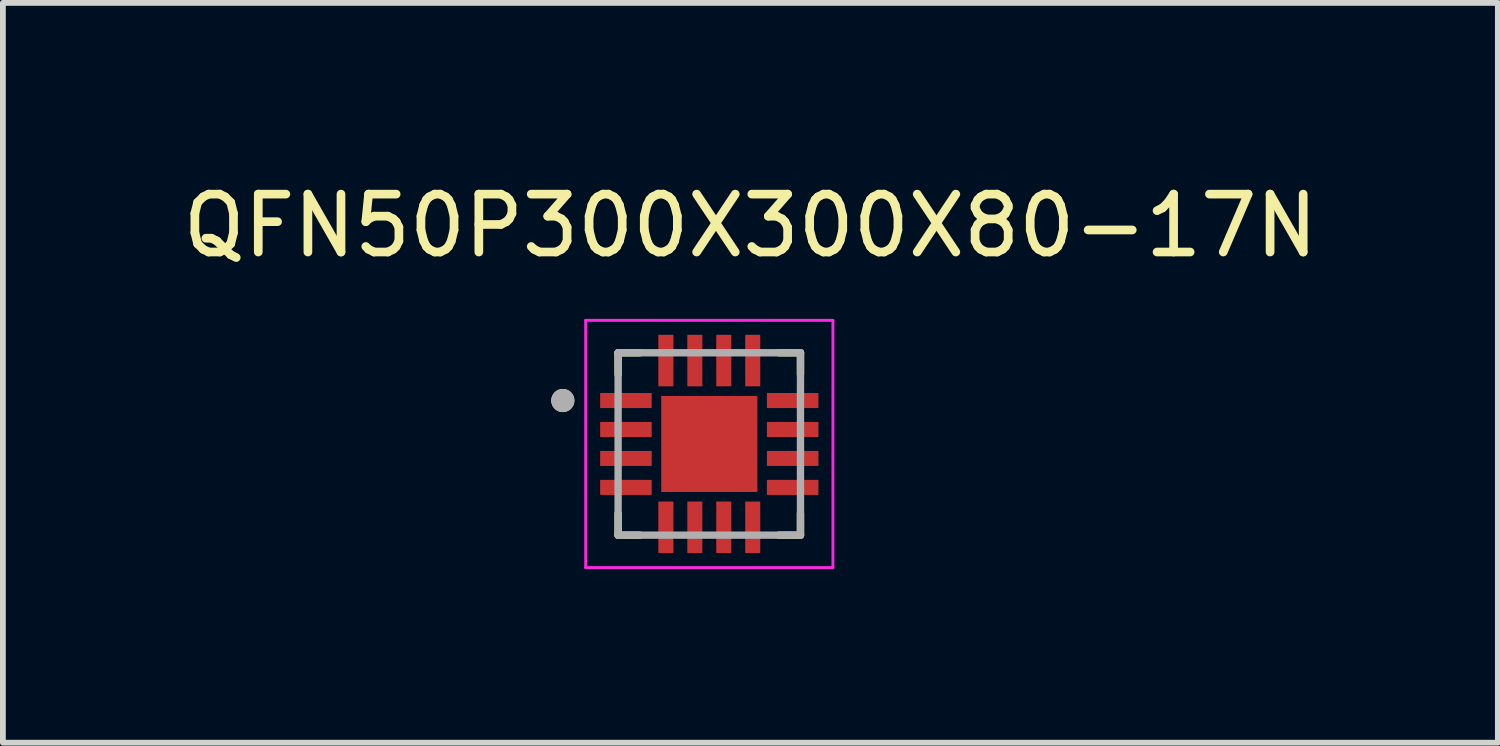
<source format=kicad_pcb>
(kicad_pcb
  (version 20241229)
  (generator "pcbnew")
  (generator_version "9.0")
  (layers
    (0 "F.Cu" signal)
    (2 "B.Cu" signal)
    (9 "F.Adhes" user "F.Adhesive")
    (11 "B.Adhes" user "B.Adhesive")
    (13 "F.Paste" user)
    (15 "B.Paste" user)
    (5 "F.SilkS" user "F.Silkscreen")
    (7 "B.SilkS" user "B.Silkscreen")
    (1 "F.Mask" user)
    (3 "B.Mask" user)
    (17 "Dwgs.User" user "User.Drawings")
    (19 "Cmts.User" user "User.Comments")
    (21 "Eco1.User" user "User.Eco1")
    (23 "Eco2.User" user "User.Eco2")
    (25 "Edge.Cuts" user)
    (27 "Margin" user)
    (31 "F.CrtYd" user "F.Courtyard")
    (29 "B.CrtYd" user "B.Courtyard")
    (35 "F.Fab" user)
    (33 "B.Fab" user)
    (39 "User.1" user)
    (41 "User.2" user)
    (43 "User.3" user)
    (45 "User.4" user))
  (footprint "QFN50P300X300X80-17N"
    (layer "F.Cu")
    (at 9.201 4.618)
    (property "Reference" "QFN50P300X300X80-17N" (at 0.71 -3.77 0) (layer "F.SilkS") (effects (font (size 1 1) (thickness 0.15))))
    (attr smd)
    (fp_line (start -1.575 -1.575) (end -1.575 -1.2) (stroke (width 0.127) (type solid)) (layer "F.SilkS"))
    (fp_line (start -1.575 -1.575) (end -1.2 -1.575) (stroke (width 0.127) (type solid)) (layer "F.SilkS"))
    (fp_line (start -1.575 1.575) (end -1.575 1.2) (stroke (width 0.127) (type solid)) (layer "F.SilkS"))
    (fp_line (start -1.575 1.575) (end -1.2 1.575) (stroke (width 0.127) (type solid)) (layer "F.SilkS"))
    (fp_line (start 1.575 -1.575) (end 1.2 -1.575) (stroke (width 0.127) (type solid)) (layer "F.SilkS"))
    (fp_line (start 1.575 -1.575) (end 1.575 -1.2) (stroke (width 0.127) (type solid)) (layer "F.SilkS"))
    (fp_line (start 1.575 1.575) (end 1.2 1.575) (stroke (width 0.127) (type solid)) (layer "F.SilkS"))
    (fp_line (start 1.575 1.575) (end 1.575 1.2) (stroke (width 0.127) (type solid)) (layer "F.SilkS"))
    (fp_circle (center -2.53 -0.75) (end -2.43 -0.75) (stroke (width 0.2) (type solid)) (fill no) (layer "F.SilkS"))
    (fp_poly (pts (xy -0.52 -0.52) (xy 0.52 -0.52) (xy 0.52 0.52) (xy -0.52 0.52)) (stroke (width 0.01) (type solid)) (fill yes) (layer "F.Paste"))
    (fp_line (start -2.135 -2.135) (end 2.135 -2.135) (stroke (width 0.05) (type solid)) (layer "F.CrtYd"))
    (fp_line (start -2.135 2.135) (end -2.135 -2.135) (stroke (width 0.05) (type solid)) (layer "F.CrtYd"))
    (fp_line (start -2.135 2.135) (end 2.135 2.135) (stroke (width 0.05) (type solid)) (layer "F.CrtYd"))
    (fp_line (start 2.135 2.135) (end 2.135 -2.135) (stroke (width 0.05) (type solid)) (layer "F.CrtYd"))
    (fp_line (start -1.575 1.575) (end -1.575 -1.575) (stroke (width 0.127) (type solid)) (layer "F.Fab"))
    (fp_line (start 1.575 -1.575) (end -1.575 -1.575) (stroke (width 0.127) (type solid)) (layer "F.Fab"))
    (fp_line (start 1.575 1.575) (end -1.575 1.575) (stroke (width 0.127) (type solid)) (layer "F.Fab"))
    (fp_line (start 1.575 1.575) (end 1.575 -1.575) (stroke (width 0.127) (type solid)) (layer "F.Fab"))
    (fp_circle (center -2.53 -0.75) (end -2.43 -0.75) (stroke (width 0.2) (type solid)) (fill no) (layer "F.Fab"))
    (pad "1" smd roundrect (at -1.44 -0.75) (size 0.89 0.26) (layers "F.Cu" "F.Mask" "F.Paste") (roundrect_rratio 0.03))
    (pad "2" smd roundrect (at -1.44 -0.25) (size 0.89 0.26) (layers "F.Cu" "F.Mask" "F.Paste") (roundrect_rratio 0.03))
    (pad "3" smd roundrect (at -1.44 0.25) (size 0.89 0.26) (layers "F.Cu" "F.Mask" "F.Paste") (roundrect_rratio 0.03))
    (pad "4" smd roundrect (at -1.44 0.75) (size 0.89 0.26) (layers "F.Cu" "F.Mask" "F.Paste") (roundrect_rratio 0.03))
    (pad "5" smd roundrect (at -0.75 1.44 90) (size 0.89 0.26) (layers "F.Cu" "F.Mask" "F.Paste") (roundrect_rratio 0.03))
    (pad "6" smd roundrect (at -0.25 1.44 90) (size 0.89 0.26) (layers "F.Cu" "F.Mask" "F.Paste") (roundrect_rratio 0.03))
    (pad "7" smd roundrect (at 0.25 1.44 90) (size 0.89 0.26) (layers "F.Cu" "F.Mask" "F.Paste") (roundrect_rratio 0.03))
    (pad "8" smd roundrect (at 0.75 1.44 90) (size 0.89 0.26) (layers "F.Cu" "F.Mask" "F.Paste") (roundrect_rratio 0.03))
    (pad "9" smd roundrect (at 1.44 0.75) (size 0.89 0.26) (layers "F.Cu" "F.Mask" "F.Paste") (roundrect_rratio 0.03))
    (pad "10" smd roundrect (at 1.44 0.25) (size 0.89 0.26) (layers "F.Cu" "F.Mask" "F.Paste") (roundrect_rratio 0.03))
    (pad "11" smd roundrect (at 1.44 -0.25) (size 0.89 0.26) (layers "F.Cu" "F.Mask" "F.Paste") (roundrect_rratio 0.03))
    (pad "12" smd roundrect (at 1.44 -0.75) (size 0.89 0.26) (layers "F.Cu" "F.Mask" "F.Paste") (roundrect_rratio 0.03))
    (pad "13" smd roundrect (at 0.75 -1.44 90) (size 0.89 0.26) (layers "F.Cu" "F.Mask" "F.Paste") (roundrect_rratio 0.03))
    (pad "14" smd roundrect (at 0.25 -1.44 90) (size 0.89 0.26) (layers "F.Cu" "F.Mask" "F.Paste") (roundrect_rratio 0.03))
    (pad "15" smd roundrect (at -0.25 -1.44 90) (size 0.89 0.26) (layers "F.Cu" "F.Mask" "F.Paste") (roundrect_rratio 0.03))
    (pad "16" smd roundrect (at -0.75 -1.44 90) (size 0.89 0.26) (layers "F.Cu" "F.Mask" "F.Paste") (roundrect_rratio 0.03))
    (pad "17" smd rect (at 0 0) (size 1.66 1.66) (layers "F.Cu" "F.Mask")))
  (gr_rect
    (start -3 -3)
    (end 22.821 9.778)
    (stroke (width 0.1) (type default))
    (fill no)
    (layer "Edge.Cuts")))
</source>
